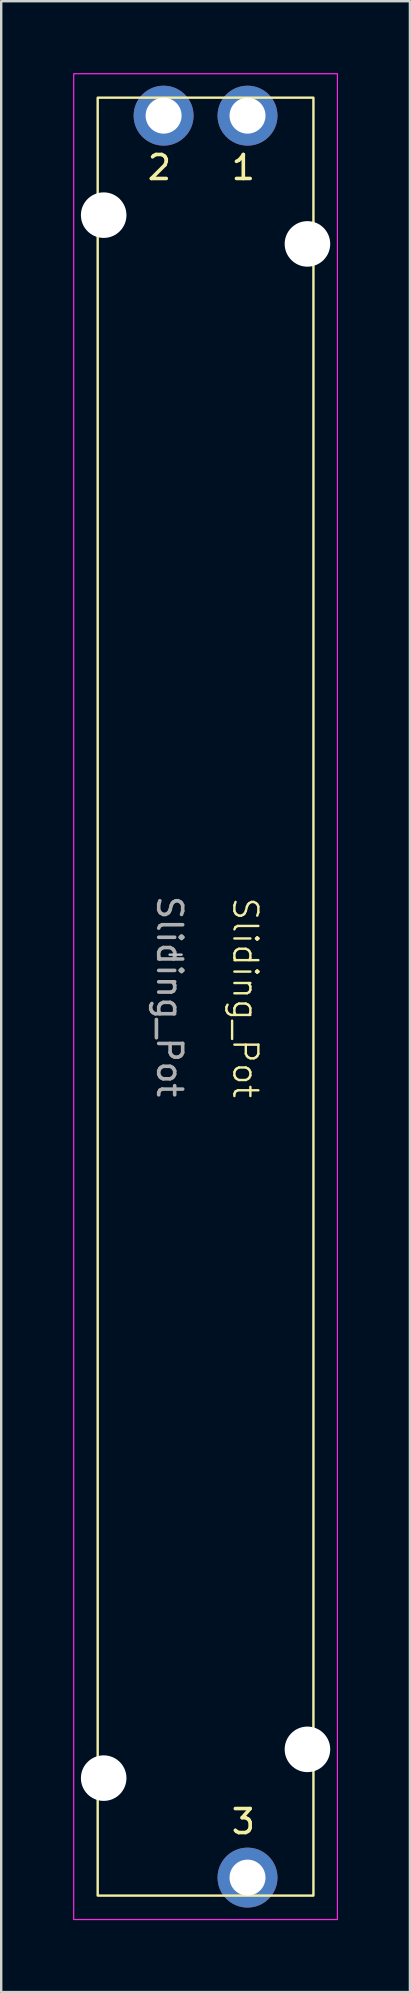
<source format=kicad_pcb>
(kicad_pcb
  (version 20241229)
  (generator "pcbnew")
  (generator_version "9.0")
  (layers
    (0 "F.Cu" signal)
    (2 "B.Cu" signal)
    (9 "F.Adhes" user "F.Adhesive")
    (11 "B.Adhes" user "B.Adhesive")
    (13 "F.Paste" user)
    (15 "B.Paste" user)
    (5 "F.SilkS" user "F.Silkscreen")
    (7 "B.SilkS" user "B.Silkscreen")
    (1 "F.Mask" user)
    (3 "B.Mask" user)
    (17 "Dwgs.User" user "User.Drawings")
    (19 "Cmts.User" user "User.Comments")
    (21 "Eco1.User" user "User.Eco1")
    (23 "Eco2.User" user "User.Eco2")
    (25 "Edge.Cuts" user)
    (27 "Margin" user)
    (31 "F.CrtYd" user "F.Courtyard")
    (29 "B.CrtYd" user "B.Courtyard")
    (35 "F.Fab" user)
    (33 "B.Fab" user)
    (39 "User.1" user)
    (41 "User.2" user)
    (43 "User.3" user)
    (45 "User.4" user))
  (footprint "Sliding_Pot"
    (layer "F.Cu")
    (at 5.525 38.525)
    (property "Reference" "Sliding_Pot" (at 1.66 0.05 270) (unlocked yes) (layer "F.SilkS") (effects (font (size 1 1) (thickness 0.1))))
    (attr smd allow_soldermask_bridges)
    (fp_rect (start -4.5 -37.5) (end 4.5 37.5) (stroke (width 0.1) (type default)) (fill no) (layer "F.SilkS"))
    (fp_line (start -1 -1.75) (end -1.5 -1.75) (stroke (width 0.1) (type default)) (layer "Dwgs.User"))
    (fp_rect (start -5.5 -38.5) (end 5.5 38.5) (stroke (width 0.05) (type default)) (fill no) (layer "F.CrtYd"))
    (fp_text user "1" (at 1 -34 0) (unlocked yes) (layer "F.SilkS") (effects (font (size 1 1) (thickness 0.15)) (justify left bottom)))
    (fp_text user "3" (at 1 35 0) (unlocked yes) (layer "F.SilkS") (effects (font (size 1 1) (thickness 0.15)) (justify left bottom)))
    (fp_text user "2" (at -2.5 -34 0) (unlocked yes) (layer "F.SilkS") (effects (font (size 1 1) (thickness 0.15)) (justify left bottom)))
    (fp_text user "${REFERENCE}" (at -1.5 0 270) (unlocked yes) (layer "F.Fab") (effects (font (size 1 1) (thickness 0.15))))
    (pad "" np_thru_hole circle (at -4.25 -32.6) (size 1.9 1.9) (drill 1.9) (layers "*.Cu" "*.Mask"))
    (pad "" np_thru_hole circle (at -4.25 32.6) (size 1.9 1.9) (drill 1.9) (layers "*.Cu" "*.Mask"))
    (pad "" np_thru_hole circle (at 4.25 -31.4) (size 1.9 1.9) (drill 1.9) (layers "*.Cu" "*.Mask"))
    (pad "" np_thru_hole circle (at 4.25 31.4) (size 1.9 1.9) (drill 1.9) (layers "*.Cu" "*.Mask"))
    (pad "1" thru_hole circle (at 1.75 -36.75) (size 2.5 2.5) (drill 1.5) (layers "*.Cu" "*.Mask"))
    (pad "2" thru_hole circle (at -1.75 -36.75) (size 2.5 2.5) (drill 1.5) (layers "*.Cu" "*.Mask"))
    (pad "3" thru_hole circle (at 1.75 36.75) (size 2.5 2.5) (drill 1.5) (layers "*.Cu" "*.Mask")))
  (gr_rect
    (start -3 -3)
    (end 14.05 80.05)
    (stroke (width 0.1) (type default))
    (fill no)
    (layer "Edge.Cuts")))
</source>
